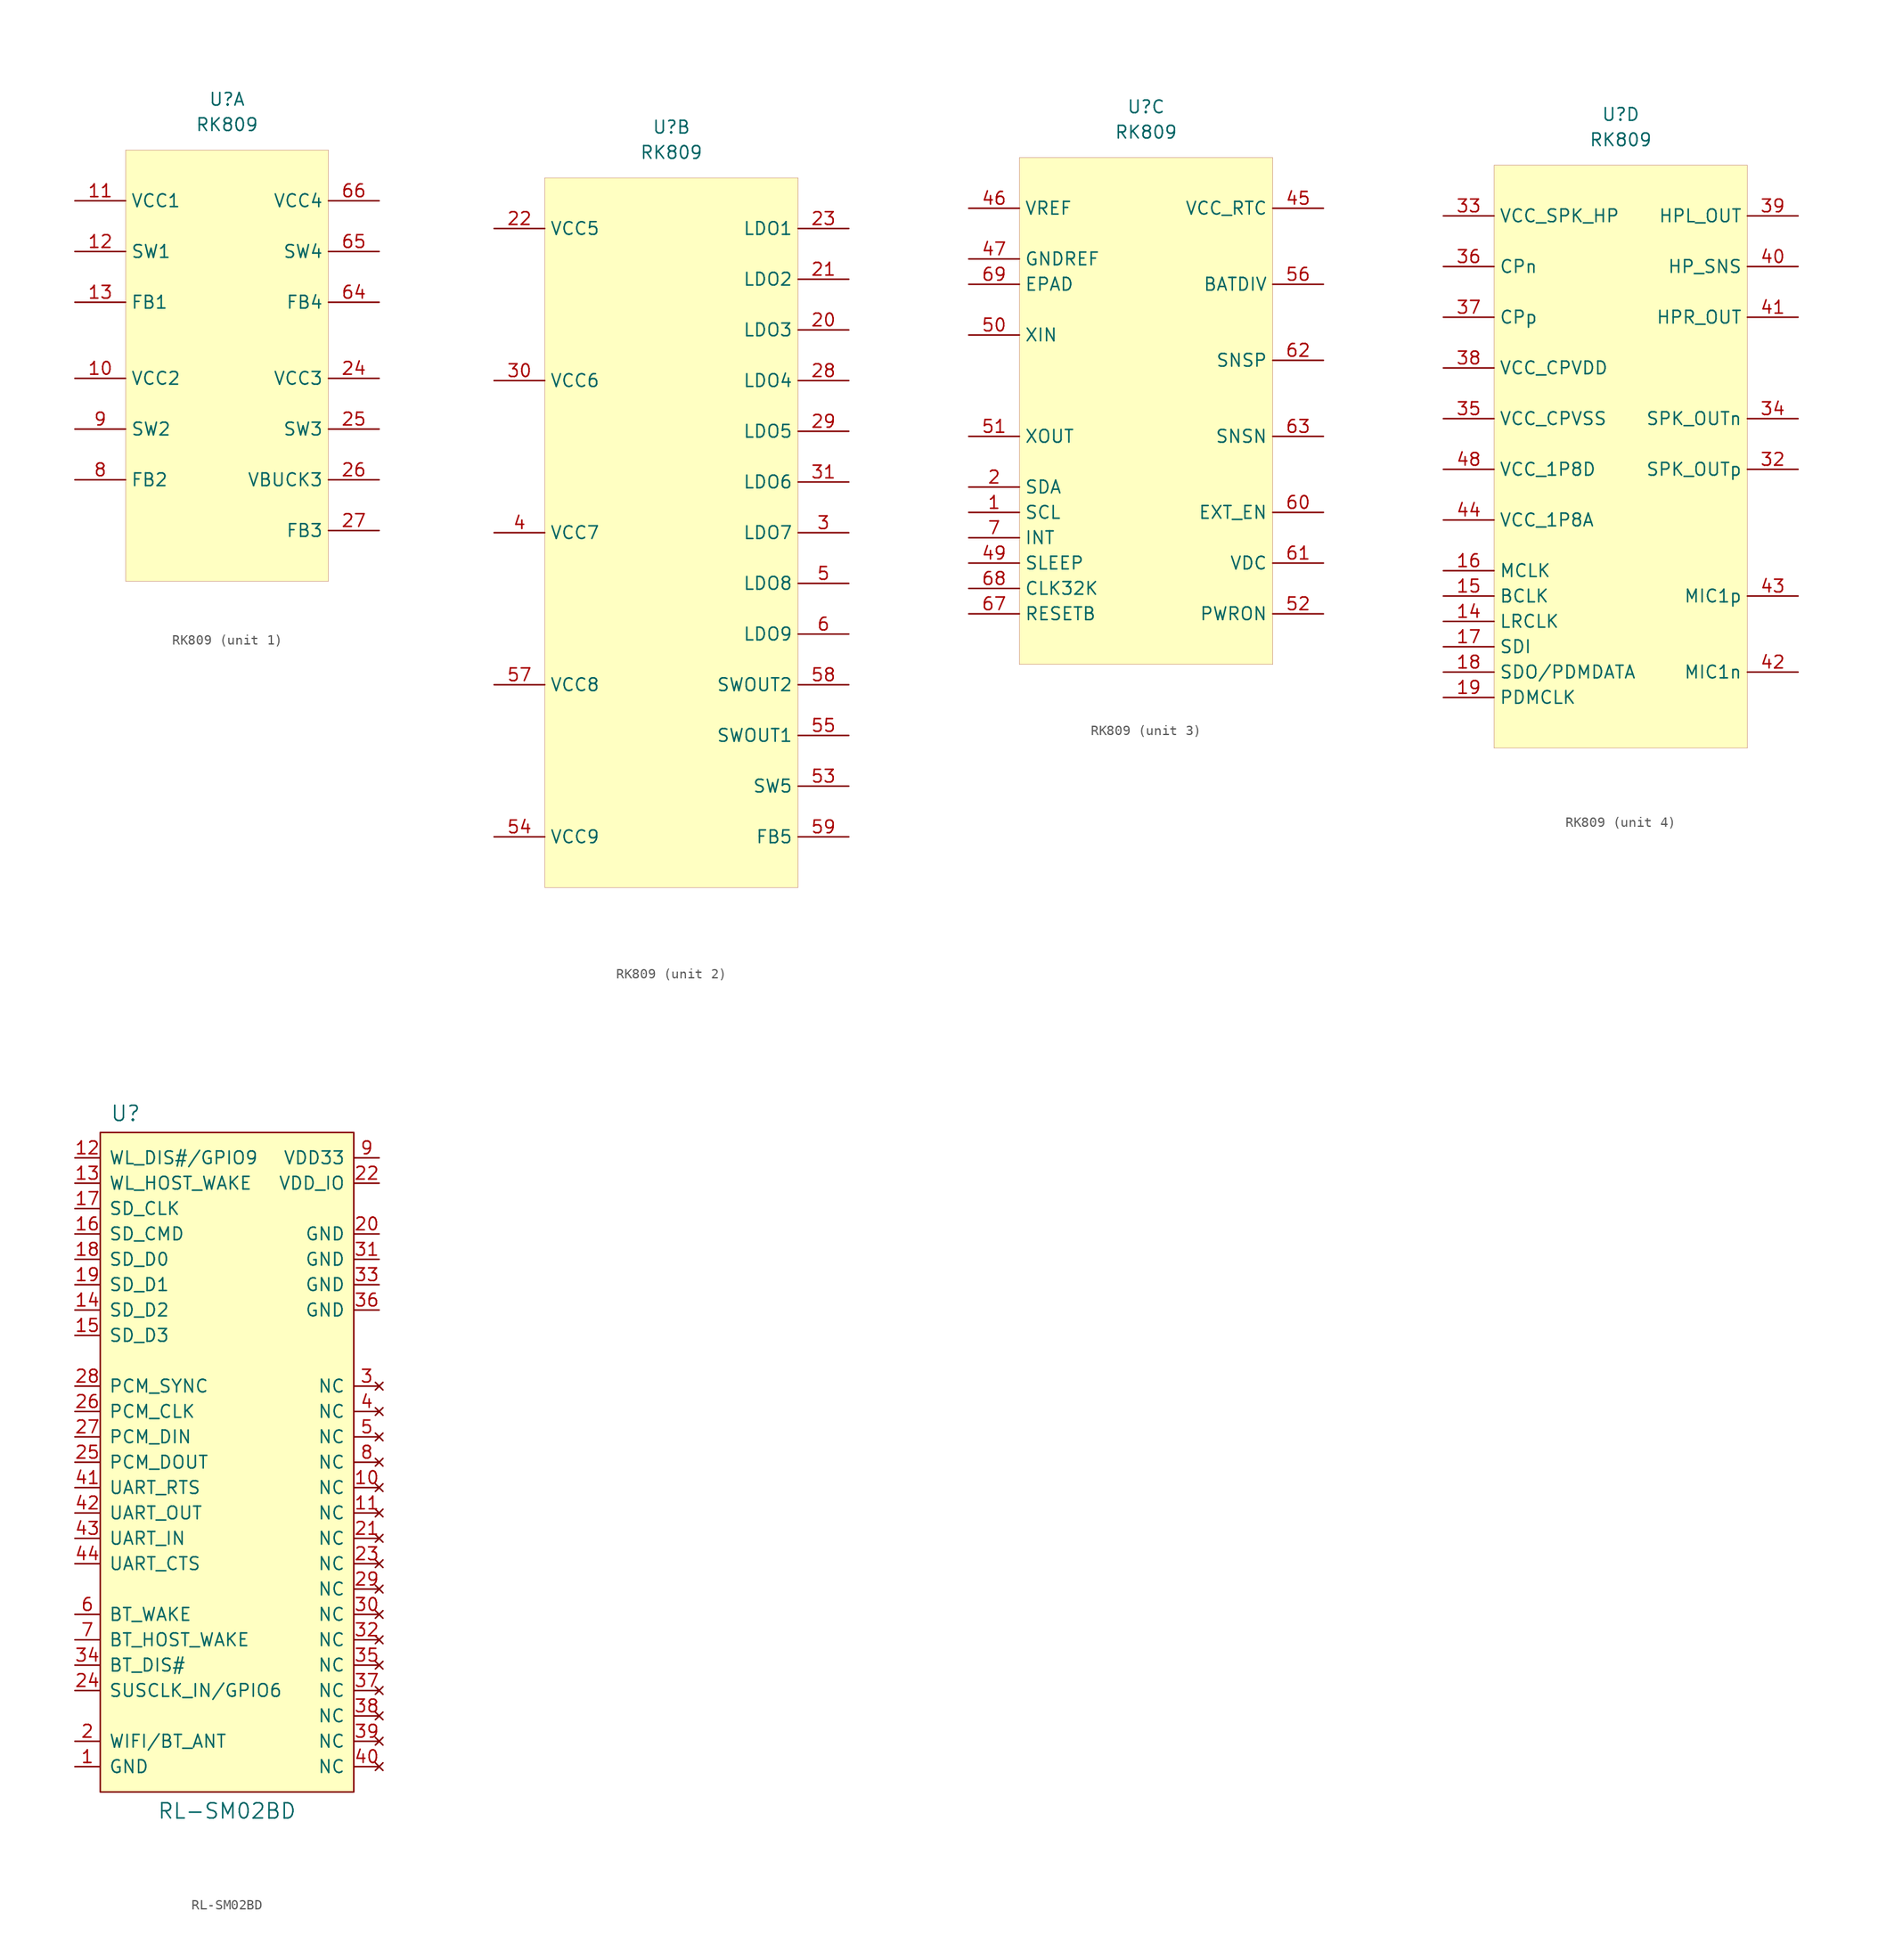
<source format=kicad_sym>
(kicad_symbol_lib
  (version 20231120)
  (generator "kicad_symbol_editor")
  (generator_version "8.0")
  (symbol "RK809"
    (property "Reference" "U"
      (at 0 0 0)
      (effects (font (size 1.27 1.27))))
    (property "Value" "RK809"
      (at 0 -2.54 0)
      (effects (font (size 1.27 1.27))))
    (property "ki_locked" ""
      (at 0 0 0)
      (effects (font (size 1.27 1.27))))
    (symbol "RK809_1_1"
      (rectangle (start -10.16 -5.08) (end 10.16 -48.26) (stroke (width 0.001) (type default)) (fill (type background)))
      (pin input line (at -15.24 -27.94 0) (length 5.08) (name "VCC2" (effects (font (size 1.27 1.27)))) (number "10" (effects (font (size 1.27 1.27)))))
      (pin input line (at -15.24 -10.16 0) (length 5.08) (name "VCC1" (effects (font (size 1.27 1.27)))) (number "11" (effects (font (size 1.27 1.27)))))
      (pin input line (at -15.24 -15.24 0) (length 5.08) (name "SW1" (effects (font (size 1.27 1.27)))) (number "12" (effects (font (size 1.27 1.27)))))
      (pin input line (at -15.24 -20.32 0) (length 5.08) (name "FB1" (effects (font (size 1.27 1.27)))) (number "13" (effects (font (size 1.27 1.27)))))
      (pin input line (at 15.24 -27.94 180) (length 5.08) (name "VCC3" (effects (font (size 1.27 1.27)))) (number "24" (effects (font (size 1.27 1.27)))))
      (pin input line (at 15.24 -33.02 180) (length 5.08) (name "SW3" (effects (font (size 1.27 1.27)))) (number "25" (effects (font (size 1.27 1.27)))))
      (pin input line (at 15.24 -38.1 180) (length 5.08) (name "VBUCK3" (effects (font (size 1.27 1.27)))) (number "26" (effects (font (size 1.27 1.27)))))
      (pin input line (at 15.24 -43.18 180) (length 5.08) (name "FB3" (effects (font (size 1.27 1.27)))) (number "27" (effects (font (size 1.27 1.27)))))
      (pin input line (at 15.24 -20.32 180) (length 5.08) (name "FB4" (effects (font (size 1.27 1.27)))) (number "64" (effects (font (size 1.27 1.27)))))
      (pin input line (at 15.24 -15.24 180) (length 5.08) (name "SW4" (effects (font (size 1.27 1.27)))) (number "65" (effects (font (size 1.27 1.27)))))
      (pin input line (at 15.24 -10.16 180) (length 5.08) (name "VCC4" (effects (font (size 1.27 1.27)))) (number "66" (effects (font (size 1.27 1.27)))))
      (pin input line (at -15.24 -38.1 0) (length 5.08) (name "FB2" (effects (font (size 1.27 1.27)))) (number "8" (effects (font (size 1.27 1.27)))))
      (pin input line (at -15.24 -33.02 0) (length 5.08) (name "SW2" (effects (font (size 1.27 1.27)))) (number "9" (effects (font (size 1.27 1.27))))))
    (symbol "RK809_2_0"
      (rectangle (start -12.7 -5.08) (end 12.7 -76.2) (stroke (width 0.001) (type default)) (fill (type background))))
    (symbol "RK809_2_1"
      (pin input line (at 17.78 -20.32 180) (length 5.08) (name "LDO3" (effects (font (size 1.27 1.27)))) (number "20" (effects (font (size 1.27 1.27)))))
      (pin input line (at 17.78 -15.24 180) (length 5.08) (name "LDO2" (effects (font (size 1.27 1.27)))) (number "21" (effects (font (size 1.27 1.27)))))
      (pin input line (at -17.78 -10.16 0) (length 5.08) (name "VCC5" (effects (font (size 1.27 1.27)))) (number "22" (effects (font (size 1.27 1.27)))))
      (pin input line (at 17.78 -10.16 180) (length 5.08) (name "LDO1" (effects (font (size 1.27 1.27)))) (number "23" (effects (font (size 1.27 1.27)))))
      (pin input line (at 17.78 -25.4 180) (length 5.08) (name "LDO4" (effects (font (size 1.27 1.27)))) (number "28" (effects (font (size 1.27 1.27)))))
      (pin input line (at 17.78 -30.48 180) (length 5.08) (name "LDO5" (effects (font (size 1.27 1.27)))) (number "29" (effects (font (size 1.27 1.27)))))
      (pin input line (at 17.78 -40.64 180) (length 5.08) (name "LDO7" (effects (font (size 1.27 1.27)))) (number "3" (effects (font (size 1.27 1.27)))))
      (pin input line (at -17.78 -25.4 0) (length 5.08) (name "VCC6" (effects (font (size 1.27 1.27)))) (number "30" (effects (font (size 1.27 1.27)))))
      (pin input line (at 17.78 -35.56 180) (length 5.08) (name "LDO6" (effects (font (size 1.27 1.27)))) (number "31" (effects (font (size 1.27 1.27)))))
      (pin input line (at -17.78 -40.64 0) (length 5.08) (name "VCC7" (effects (font (size 1.27 1.27)))) (number "4" (effects (font (size 1.27 1.27)))))
      (pin input line (at 17.78 -45.72 180) (length 5.08) (name "LDO8" (effects (font (size 1.27 1.27)))) (number "5" (effects (font (size 1.27 1.27)))))
      (pin input line (at 17.78 -66.04 180) (length 5.08) (name "SW5" (effects (font (size 1.27 1.27)))) (number "53" (effects (font (size 1.27 1.27)))))
      (pin input line (at -17.78 -71.12 0) (length 5.08) (name "VCC9" (effects (font (size 1.27 1.27)))) (number "54" (effects (font (size 1.27 1.27)))))
      (pin input line (at 17.78 -60.96 180) (length 5.08) (name "SWOUT1" (effects (font (size 1.27 1.27)))) (number "55" (effects (font (size 1.27 1.27)))))
      (pin input line (at -17.78 -55.88 0) (length 5.08) (name "VCC8" (effects (font (size 1.27 1.27)))) (number "57" (effects (font (size 1.27 1.27)))))
      (pin input line (at 17.78 -55.88 180) (length 5.08) (name "SWOUT2" (effects (font (size 1.27 1.27)))) (number "58" (effects (font (size 1.27 1.27)))))
      (pin input line (at 17.78 -71.12 180) (length 5.08) (name "FB5" (effects (font (size 1.27 1.27)))) (number "59" (effects (font (size 1.27 1.27)))))
      (pin input line (at 17.78 -50.8 180) (length 5.08) (name "LDO9" (effects (font (size 1.27 1.27)))) (number "6" (effects (font (size 1.27 1.27))))))
    (symbol "RK809_3_0"
      (rectangle (start -12.7 -5.08) (end 12.7 -55.88) (stroke (width 0.001) (type default)) (fill (type background))))
    (symbol "RK809_3_1"
      (pin input line (at -17.78 -40.64 0) (length 5.08) (name "SCL" (effects (font (size 1.27 1.27)))) (number "1" (effects (font (size 1.27 1.27)))))
      (pin input line (at -17.78 -38.1 0) (length 5.08) (name "SDA" (effects (font (size 1.27 1.27)))) (number "2" (effects (font (size 1.27 1.27)))))
      (pin input line (at 17.78 -10.16 180) (length 5.08) (name "VCC_RTC" (effects (font (size 1.27 1.27)))) (number "45" (effects (font (size 1.27 1.27)))))
      (pin input line (at -17.78 -10.16 0) (length 5.08) (name "VREF" (effects (font (size 1.27 1.27)))) (number "46" (effects (font (size 1.27 1.27)))))
      (pin input line (at -17.78 -15.24 0) (length 5.08) (name "GNDREF" (effects (font (size 1.27 1.27)))) (number "47" (effects (font (size 1.27 1.27)))))
      (pin input line (at -17.78 -45.72 0) (length 5.08) (name "SLEEP" (effects (font (size 1.27 1.27)))) (number "49" (effects (font (size 1.27 1.27)))))
      (pin input line (at -17.78 -22.86 0) (length 5.08) (name "XIN" (effects (font (size 1.27 1.27)))) (number "50" (effects (font (size 1.27 1.27)))))
      (pin input line (at -17.78 -33.02 0) (length 5.08) (name "XOUT" (effects (font (size 1.27 1.27)))) (number "51" (effects (font (size 1.27 1.27)))))
      (pin input line (at 17.78 -50.8 180) (length 5.08) (name "PWRON" (effects (font (size 1.27 1.27)))) (number "52" (effects (font (size 1.27 1.27)))))
      (pin input line (at 17.78 -17.78 180) (length 5.08) (name "BATDIV" (effects (font (size 1.27 1.27)))) (number "56" (effects (font (size 1.27 1.27)))))
      (pin input line (at 17.78 -40.64 180) (length 5.08) (name "EXT_EN" (effects (font (size 1.27 1.27)))) (number "60" (effects (font (size 1.27 1.27)))))
      (pin input line (at 17.78 -45.72 180) (length 5.08) (name "VDC" (effects (font (size 1.27 1.27)))) (number "61" (effects (font (size 1.27 1.27)))))
      (pin input line (at 17.78 -25.4 180) (length 5.08) (name "SNSP" (effects (font (size 1.27 1.27)))) (number "62" (effects (font (size 1.27 1.27)))))
      (pin input line (at 17.78 -33.02 180) (length 5.08) (name "SNSN" (effects (font (size 1.27 1.27)))) (number "63" (effects (font (size 1.27 1.27)))))
      (pin input line (at -17.78 -50.8 0) (length 5.08) (name "RESETB" (effects (font (size 1.27 1.27)))) (number "67" (effects (font (size 1.27 1.27)))))
      (pin input line (at -17.78 -48.26 0) (length 5.08) (name "CLK32K" (effects (font (size 1.27 1.27)))) (number "68" (effects (font (size 1.27 1.27)))))
      (pin input line (at -17.78 -17.78 0) (length 5.08) (name "EPAD" (effects (font (size 1.27 1.27)))) (number "69" (effects (font (size 1.27 1.27)))))
      (pin input line (at -17.78 -43.18 0) (length 5.08) (name "INT" (effects (font (size 1.27 1.27)))) (number "7" (effects (font (size 1.27 1.27))))))
    (symbol "RK809_4_0"
      (rectangle (start -12.7 -5.08) (end 12.7 -63.5) (stroke (width 0.001) (type default)) (fill (type background))))
    (symbol "RK809_4_1"
      (pin input line (at -17.78 -50.8 0) (length 5.08) (name "LRCLK" (effects (font (size 1.27 1.27)))) (number "14" (effects (font (size 1.27 1.27)))))
      (pin input line (at -17.78 -48.26 0) (length 5.08) (name "BCLK" (effects (font (size 1.27 1.27)))) (number "15" (effects (font (size 1.27 1.27)))))
      (pin input line (at -17.78 -45.72 0) (length 5.08) (name "MCLK" (effects (font (size 1.27 1.27)))) (number "16" (effects (font (size 1.27 1.27)))))
      (pin input line (at -17.78 -53.34 0) (length 5.08) (name "SDI" (effects (font (size 1.27 1.27)))) (number "17" (effects (font (size 1.27 1.27)))))
      (pin input line (at -17.78 -55.88 0) (length 5.08) (name "SDO/PDMDATA" (effects (font (size 1.27 1.27)))) (number "18" (effects (font (size 1.27 1.27)))))
      (pin input line (at -17.78 -58.42 0) (length 5.08) (name "PDMCLK" (effects (font (size 1.27 1.27)))) (number "19" (effects (font (size 1.27 1.27)))))
      (pin input line (at 17.78 -35.56 180) (length 5.08) (name "SPK_OUTp" (effects (font (size 1.27 1.27)))) (number "32" (effects (font (size 1.27 1.27)))))
      (pin input line (at -17.78 -10.16 0) (length 5.08) (name "VCC_SPK_HP" (effects (font (size 1.27 1.27)))) (number "33" (effects (font (size 1.27 1.27)))))
      (pin input line (at 17.78 -30.48 180) (length 5.08) (name "SPK_OUTn" (effects (font (size 1.27 1.27)))) (number "34" (effects (font (size 1.27 1.27)))))
      (pin input line (at -17.78 -30.48 0) (length 5.08) (name "VCC_CPVSS" (effects (font (size 1.27 1.27)))) (number "35" (effects (font (size 1.27 1.27)))))
      (pin input line (at -17.78 -15.24 0) (length 5.08) (name "CPn" (effects (font (size 1.27 1.27)))) (number "36" (effects (font (size 1.27 1.27)))))
      (pin input line (at -17.78 -20.32 0) (length 5.08) (name "CPp" (effects (font (size 1.27 1.27)))) (number "37" (effects (font (size 1.27 1.27)))))
      (pin input line (at -17.78 -25.4 0) (length 5.08) (name "VCC_CPVDD" (effects (font (size 1.27 1.27)))) (number "38" (effects (font (size 1.27 1.27)))))
      (pin input line (at 17.78 -10.16 180) (length 5.08) (name "HPL_OUT" (effects (font (size 1.27 1.27)))) (number "39" (effects (font (size 1.27 1.27)))))
      (pin input line (at 17.78 -15.24 180) (length 5.08) (name "HP_SNS" (effects (font (size 1.27 1.27)))) (number "40" (effects (font (size 1.27 1.27)))))
      (pin input line (at 17.78 -20.32 180) (length 5.08) (name "HPR_OUT" (effects (font (size 1.27 1.27)))) (number "41" (effects (font (size 1.27 1.27)))))
      (pin input line (at 17.78 -55.88 180) (length 5.08) (name "MIC1n" (effects (font (size 1.27 1.27)))) (number "42" (effects (font (size 1.27 1.27)))))
      (pin input line (at 17.78 -48.26 180) (length 5.08) (name "MIC1p" (effects (font (size 1.27 1.27)))) (number "43" (effects (font (size 1.27 1.27)))))
      (pin input line (at -17.78 -40.64 0) (length 5.08) (name "VCC_1P8A" (effects (font (size 1.27 1.27)))) (number "44" (effects (font (size 1.27 1.27)))))
      (pin input line (at -17.78 -35.56 0) (length 5.08) (name "VCC_1P8D" (effects (font (size 1.27 1.27)))) (number "48" (effects (font (size 1.27 1.27)))))))
  (symbol "RL-SM02BD"
    (pin_names
      (offset 0.889))
    (property "Reference" "U"
      (at -10.16 34.925 0)
      (effects (font (size 1.524 1.524))))
    (property "Value" "RL-SM02BD"
      (at 0 -34.925 0)
      (effects (font (size 1.524 1.524))))
    (symbol "RL-SM02BD_0_1"
      (rectangle (start 12.7 33.02) (end -12.7 -33.02) (stroke (width 0) (type default)) (fill (type background))))
    (symbol "RL-SM02BD_1_1"
      (pin power_in line (at -15.24 -30.48 0) (length 2.489) (name "GND" (effects (font (size 1.27 1.27)))) (number "1" (effects (font (size 1.27 1.27)))))
      (pin no_connect line (at 15.24 -2.54 180) (length 2.489) (name "NC" (effects (font (size 1.27 1.27)))) (number "10" (effects (font (size 1.27 1.27)))))
      (pin no_connect line (at 15.24 -5.08 180) (length 2.489) (name "NC" (effects (font (size 1.27 1.27)))) (number "11" (effects (font (size 1.27 1.27)))))
      (pin bidirectional line (at -15.24 30.48 0) (length 2.489) (name "WL_DIS#/GPIO9" (effects (font (size 1.27 1.27)))) (number "12" (effects (font (size 1.27 1.27)))))
      (pin input line (at -15.24 27.94 0) (length 2.489) (name "WL_HOST_WAKE" (effects (font (size 1.27 1.27)))) (number "13" (effects (font (size 1.27 1.27)))))
      (pin bidirectional line (at -15.24 15.24 0) (length 2.489) (name "SD_D2" (effects (font (size 1.27 1.27)))) (number "14" (effects (font (size 1.27 1.27)))))
      (pin bidirectional line (at -15.24 12.7 0) (length 2.489) (name "SD_D3" (effects (font (size 1.27 1.27)))) (number "15" (effects (font (size 1.27 1.27)))))
      (pin bidirectional line (at -15.24 22.86 0) (length 2.489) (name "SD_CMD" (effects (font (size 1.27 1.27)))) (number "16" (effects (font (size 1.27 1.27)))))
      (pin input line (at -15.24 25.4 0) (length 2.489) (name "SD_CLK" (effects (font (size 1.27 1.27)))) (number "17" (effects (font (size 1.27 1.27)))))
      (pin bidirectional line (at -15.24 20.32 0) (length 2.489) (name "SD_D0" (effects (font (size 1.27 1.27)))) (number "18" (effects (font (size 1.27 1.27)))))
      (pin bidirectional line (at -15.24 17.78 0) (length 2.489) (name "SD_D1" (effects (font (size 1.27 1.27)))) (number "19" (effects (font (size 1.27 1.27)))))
      (pin bidirectional line (at -15.24 -27.94 0) (length 2.489) (name "WIFI/BT_ANT" (effects (font (size 1.27 1.27)))) (number "2" (effects (font (size 1.27 1.27)))))
      (pin power_in line (at 15.24 22.86 180) (length 2.489) (name "GND" (effects (font (size 1.27 1.27)))) (number "20" (effects (font (size 1.27 1.27)))))
      (pin no_connect line (at 15.24 -7.62 180) (length 2.489) (name "NC" (effects (font (size 1.27 1.27)))) (number "21" (effects (font (size 1.27 1.27)))))
      (pin power_in line (at 15.24 27.94 180) (length 2.489) (name "VDD_IO" (effects (font (size 1.27 1.27)))) (number "22" (effects (font (size 1.27 1.27)))))
      (pin no_connect line (at 15.24 -10.16 180) (length 2.489) (name "NC" (effects (font (size 1.27 1.27)))) (number "23" (effects (font (size 1.27 1.27)))))
      (pin bidirectional line (at -15.24 -22.86 0) (length 2.489) (name "SUSCLK_IN/GPIO6" (effects (font (size 1.27 1.27)))) (number "24" (effects (font (size 1.27 1.27)))))
      (pin output line (at -15.24 0 0) (length 2.489) (name "PCM_DOUT" (effects (font (size 1.27 1.27)))) (number "25" (effects (font (size 1.27 1.27)))))
      (pin input line (at -15.24 5.08 0) (length 2.489) (name "PCM_CLK" (effects (font (size 1.27 1.27)))) (number "26" (effects (font (size 1.27 1.27)))))
      (pin input line (at -15.24 2.54 0) (length 2.489) (name "PCM_DIN" (effects (font (size 1.27 1.27)))) (number "27" (effects (font (size 1.27 1.27)))))
      (pin input line (at -15.24 7.62 0) (length 2.489) (name "PCM_SYNC" (effects (font (size 1.27 1.27)))) (number "28" (effects (font (size 1.27 1.27)))))
      (pin no_connect line (at 15.24 -12.7 180) (length 2.489) (name "NC" (effects (font (size 1.27 1.27)))) (number "29" (effects (font (size 1.27 1.27)))))
      (pin no_connect line (at 15.24 7.62 180) (length 2.489) (name "NC" (effects (font (size 1.27 1.27)))) (number "3" (effects (font (size 1.27 1.27)))))
      (pin no_connect line (at 15.24 -15.24 180) (length 2.489) (name "NC" (effects (font (size 1.27 1.27)))) (number "30" (effects (font (size 1.27 1.27)))))
      (pin power_in line (at 15.24 20.32 180) (length 2.489) (name "GND" (effects (font (size 1.27 1.27)))) (number "31" (effects (font (size 1.27 1.27)))))
      (pin no_connect line (at 15.24 -17.78 180) (length 2.489) (name "NC" (effects (font (size 1.27 1.27)))) (number "32" (effects (font (size 1.27 1.27)))))
      (pin power_in line (at 15.24 17.78 180) (length 2.489) (name "GND" (effects (font (size 1.27 1.27)))) (number "33" (effects (font (size 1.27 1.27)))))
      (pin input line (at -15.24 -20.32 0) (length 2.489) (name "BT_DIS#" (effects (font (size 1.27 1.27)))) (number "34" (effects (font (size 1.27 1.27)))))
      (pin no_connect line (at 15.24 -20.32 180) (length 2.489) (name "NC" (effects (font (size 1.27 1.27)))) (number "35" (effects (font (size 1.27 1.27)))))
      (pin power_in line (at 15.24 15.24 180) (length 2.489) (name "GND" (effects (font (size 1.27 1.27)))) (number "36" (effects (font (size 1.27 1.27)))))
      (pin no_connect line (at 15.24 -22.86 180) (length 2.489) (name "NC" (effects (font (size 1.27 1.27)))) (number "37" (effects (font (size 1.27 1.27)))))
      (pin no_connect line (at 15.24 -25.4 180) (length 2.489) (name "NC" (effects (font (size 1.27 1.27)))) (number "38" (effects (font (size 1.27 1.27)))))
      (pin no_connect line (at 15.24 -27.94 180) (length 2.489) (name "NC" (effects (font (size 1.27 1.27)))) (number "39" (effects (font (size 1.27 1.27)))))
      (pin no_connect line (at 15.24 5.08 180) (length 2.489) (name "NC" (effects (font (size 1.27 1.27)))) (number "4" (effects (font (size 1.27 1.27)))))
      (pin no_connect line (at 15.24 -30.48 180) (length 2.489) (name "NC" (effects (font (size 1.27 1.27)))) (number "40" (effects (font (size 1.27 1.27)))))
      (pin output line (at -15.24 -2.54 0) (length 2.489) (name "UART_RTS" (effects (font (size 1.27 1.27)))) (number "41" (effects (font (size 1.27 1.27)))))
      (pin output line (at -15.24 -5.08 0) (length 2.489) (name "UART_OUT" (effects (font (size 1.27 1.27)))) (number "42" (effects (font (size 1.27 1.27)))))
      (pin input line (at -15.24 -7.62 0) (length 2.489) (name "UART_IN" (effects (font (size 1.27 1.27)))) (number "43" (effects (font (size 1.27 1.27)))))
      (pin input line (at -15.24 -10.16 0) (length 2.489) (name "UART_CTS" (effects (font (size 1.27 1.27)))) (number "44" (effects (font (size 1.27 1.27)))))
      (pin no_connect line (at 15.24 2.54 180) (length 2.489) (name "NC" (effects (font (size 1.27 1.27)))) (number "5" (effects (font (size 1.27 1.27)))))
      (pin input line (at -15.24 -15.24 0) (length 2.489) (name "BT_WAKE" (effects (font (size 1.27 1.27)))) (number "6" (effects (font (size 1.27 1.27)))))
      (pin output line (at -15.24 -17.78 0) (length 2.489) (name "BT_HOST_WAKE" (effects (font (size 1.27 1.27)))) (number "7" (effects (font (size 1.27 1.27)))))
      (pin no_connect line (at 15.24 0 180) (length 2.489) (name "NC" (effects (font (size 1.27 1.27)))) (number "8" (effects (font (size 1.27 1.27)))))
      (pin power_in line (at 15.24 30.48 180) (length 2.489) (name "VDD33" (effects (font (size 1.27 1.27)))) (number "9" (effects (font (size 1.27 1.27))))))))
</source>
